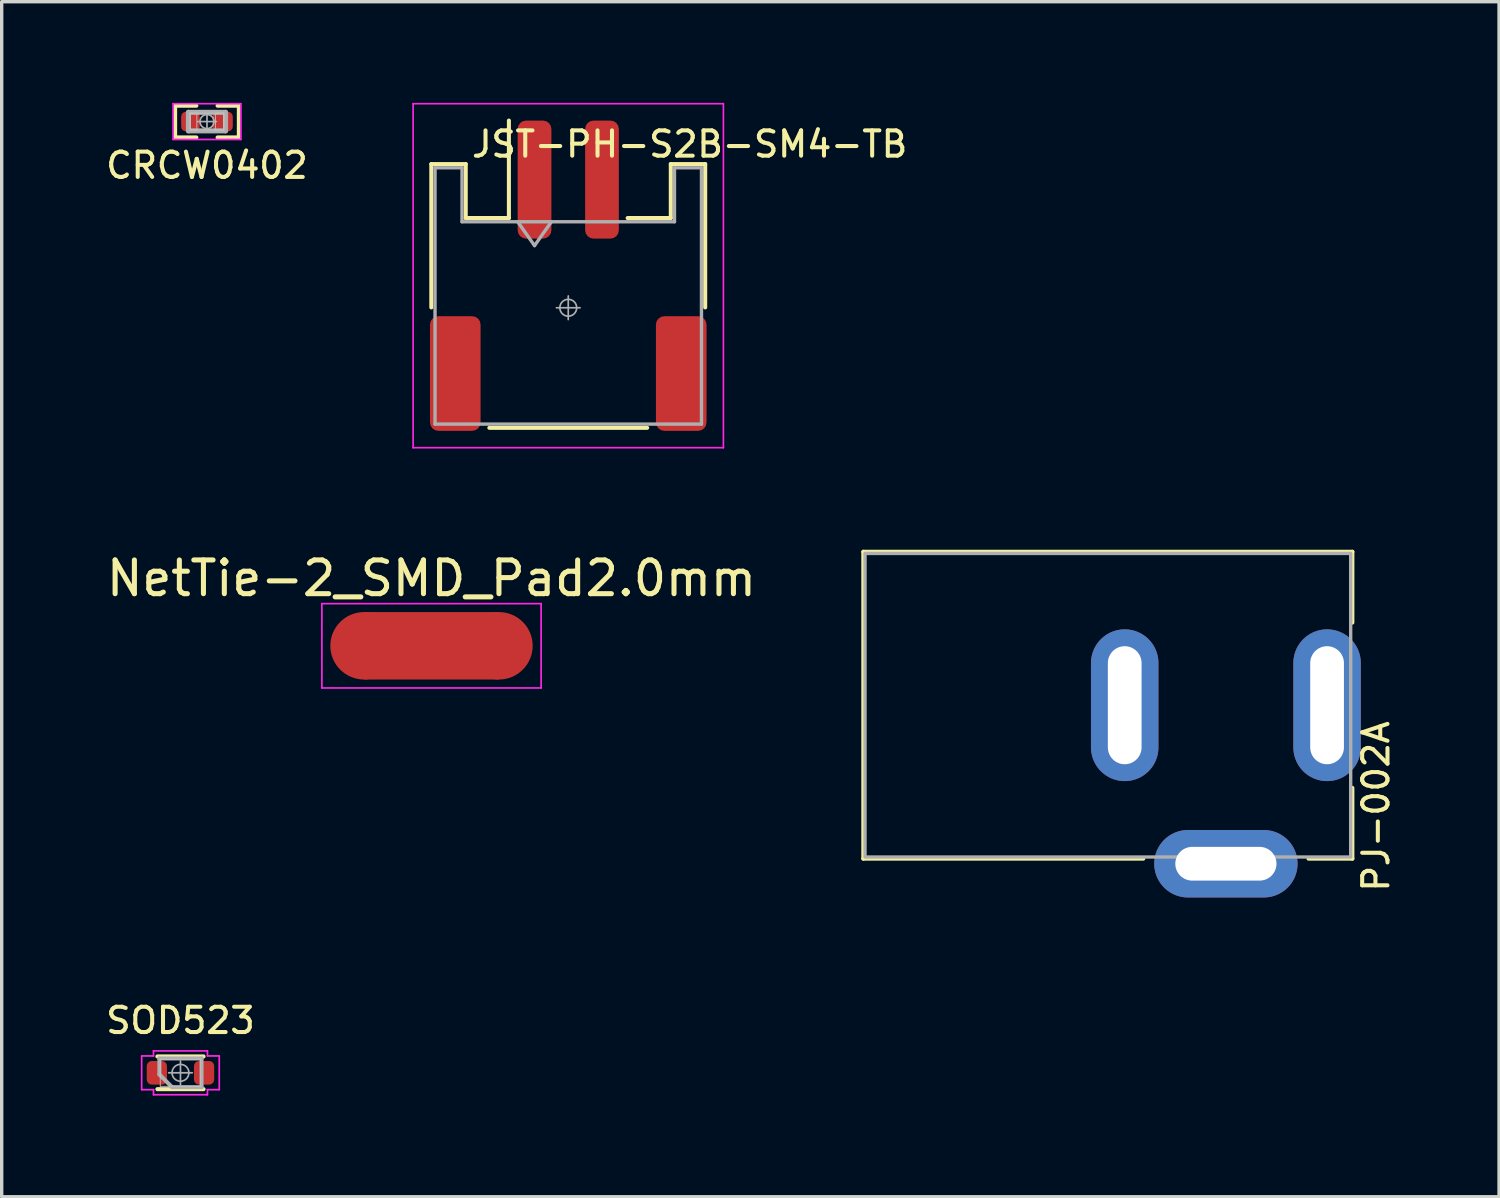
<source format=kicad_pcb>
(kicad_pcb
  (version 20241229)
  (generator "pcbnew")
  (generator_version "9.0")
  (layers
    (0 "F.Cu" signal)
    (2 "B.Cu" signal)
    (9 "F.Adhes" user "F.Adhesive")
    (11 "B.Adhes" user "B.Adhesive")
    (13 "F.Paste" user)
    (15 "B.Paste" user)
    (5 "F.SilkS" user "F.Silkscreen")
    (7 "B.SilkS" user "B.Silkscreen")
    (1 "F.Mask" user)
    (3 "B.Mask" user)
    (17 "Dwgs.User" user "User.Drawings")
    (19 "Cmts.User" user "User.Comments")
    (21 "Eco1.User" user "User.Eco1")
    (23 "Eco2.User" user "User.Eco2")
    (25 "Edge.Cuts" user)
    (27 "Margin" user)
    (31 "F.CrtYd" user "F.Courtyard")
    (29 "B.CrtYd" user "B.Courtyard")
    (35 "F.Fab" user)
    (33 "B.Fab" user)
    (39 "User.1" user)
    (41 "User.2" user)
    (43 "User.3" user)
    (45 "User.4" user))
  (footprint "NetTie-2_SMD_Pad2.0mm"
    (layer "F.Cu")
    (at 9.744 16.098)
    (property "Reference" "NetTie-2_SMD_Pad2.0mm" (at 0 -2 180) (layer "F.SilkS") (effects (font (size 1 1) (thickness 0.15))))
    (attr exclude_from_pos_files)
    (fp_poly (pts (xy -2 -1) (xy 2 -1) (xy 2 1) (xy -2 1)) (stroke (width 0) (type solid)) (fill yes) (layer "F.Cu"))
    (fp_line (start -3.25 -1.25) (end 3.25 -1.25) (stroke (width 0.05) (type solid)) (layer "F.CrtYd"))
    (fp_line (start -3.25 1.25) (end -3.25 -1.25) (stroke (width 0.05) (type solid)) (layer "F.CrtYd"))
    (fp_line (start 3.25 -1.25) (end 3.25 1.25) (stroke (width 0.05) (type solid)) (layer "F.CrtYd"))
    (fp_line (start 3.25 1.25) (end -3.25 1.25) (stroke (width 0.05) (type solid)) (layer "F.CrtYd"))
    (pad "1" smd circle (at -2 0) (size 2 2) (layers "F.Cu"))
    (pad "2" smd circle (at 2 0) (size 2 2) (layers "F.Cu")))
  (footprint "CRCW0402"
    (layer "F.Cu")
    (at 3.087 0.555)
    (property "Reference" "CRCW0402" (at 0 1.3 0) (layer "F.SilkS") (effects (font (size 0.75 0.75) (thickness 0.12))))
    (attr smd)
    (fp_line (start -0.945 -0.47) (end -0.315 -0.47) (stroke (width 0.12) (type solid)) (layer "F.SilkS"))
    (fp_line (start -0.945 0.47) (end -0.945 -0.47) (stroke (width 0.12) (type solid)) (layer "F.SilkS"))
    (fp_line (start -0.315 0.47) (end -0.945 0.47) (stroke (width 0.12) (type solid)) (layer "F.SilkS"))
    (fp_line (start 0.315 0.47) (end 0.945 0.47) (stroke (width 0.12) (type solid)) (layer "F.SilkS"))
    (fp_line (start 0.945 -0.47) (end 0.315 -0.47) (stroke (width 0.12) (type solid)) (layer "F.SilkS"))
    (fp_line (start 0.945 0.47) (end 0.945 -0.47) (stroke (width 0.12) (type solid)) (layer "F.SilkS"))
    (fp_line (start -0.5 -0.25) (end -0.3 -0.25) (stroke (width 0.025) (type solid)) (layer "Dwgs.User"))
    (fp_line (start -0.5 -0.25) (end 0.5 -0.25) (stroke (width 0.025) (type solid)) (layer "Dwgs.User"))
    (fp_line (start -0.5 0.25) (end -0.5 -0.25) (stroke (width 0.025) (type solid)) (layer "Dwgs.User"))
    (fp_line (start -0.5 0.25) (end -0.5 -0.25) (stroke (width 0.025) (type solid)) (layer "Dwgs.User"))
    (fp_line (start -0.3 -0.25) (end -0.3 0.25) (stroke (width 0.025) (type solid)) (layer "Dwgs.User"))
    (fp_line (start -0.3 0.25) (end -0.5 0.25) (stroke (width 0.025) (type solid)) (layer "Dwgs.User"))
    (fp_line (start 0.25 -0.25) (end 0.5 -0.25) (stroke (width 0.025) (type solid)) (layer "Dwgs.User"))
    (fp_line (start 0.25 0.25) (end 0.25 -0.25) (stroke (width 0.025) (type solid)) (layer "Dwgs.User"))
    (fp_line (start 0.5 -0.25) (end 0.5 0.25) (stroke (width 0.025) (type solid)) (layer "Dwgs.User"))
    (fp_line (start 0.5 -0.25) (end 0.5 0.25) (stroke (width 0.025) (type solid)) (layer "Dwgs.User"))
    (fp_line (start 0.5 0.25) (end -0.5 0.25) (stroke (width 0.025) (type solid)) (layer "Dwgs.User"))
    (fp_line (start 0.5 0.25) (end 0.25 0.25) (stroke (width 0.025) (type solid)) (layer "Dwgs.User"))
    (fp_line (start -1.005 -0.53) (end 1.005 -0.53) (stroke (width 0.05) (type solid)) (layer "F.CrtYd"))
    (fp_line (start -1.005 0.53) (end -1.005 -0.53) (stroke (width 0.05) (type solid)) (layer "F.CrtYd"))
    (fp_line (start 1.005 -0.53) (end 1.005 0.53) (stroke (width 0.05) (type solid)) (layer "F.CrtYd"))
    (fp_line (start 1.005 0.53) (end -1.005 0.53) (stroke (width 0.05) (type solid)) (layer "F.CrtYd"))
    (fp_line (start -0.55 -0.275) (end 0.55 -0.275) (stroke (width 0.15) (type solid)) (layer "F.Fab"))
    (fp_line (start -0.55 0.275) (end -0.55 -0.275) (stroke (width 0.15) (type solid)) (layer "F.Fab"))
    (fp_line (start 0 -0.278) (end 0 0.278) (stroke (width 0.05) (type solid)) (layer "F.Fab"))
    (fp_line (start 0.278 0) (end -0.278 0) (stroke (width 0.05) (type solid)) (layer "F.Fab"))
    (fp_line (start 0.55 -0.275) (end 0.55 0.275) (stroke (width 0.15) (type solid)) (layer "F.Fab"))
    (fp_line (start 0.55 0.275) (end -0.55 0.275) (stroke (width 0.15) (type solid)) (layer "F.Fab"))
    (fp_circle (center 0 0) (end 0.208 0) (stroke (width 0.05) (type solid)) (fill no) (layer "F.Fab"))
    (pad "1" smd roundrect (at -0.49 0) (size 0.55 0.58) (layers "F.Cu" "F.Mask" "F.Paste") (roundrect_rratio 0.25))
    (pad "2" smd roundrect (at 0.465 0) (size 0.6 0.58) (layers "F.Cu" "F.Mask" "F.Paste") (roundrect_rratio 0.25)))
  (footprint "SOD523"
    (layer "F.Cu")
    (at 2.301 28.759)
    (property "Reference" "SOD523" (at 0 -1.55 0) (layer "F.SilkS") (effects (font (size 0.75 0.75) (thickness 0.12))))
    (attr smd)
    (fp_line (start 0.685 -0.485) (end -0.685 -0.485) (stroke (width 0.12) (type solid)) (layer "F.SilkS"))
    (fp_line (start 0.685 0.485) (end -0.685 0.485) (stroke (width 0.12) (type solid)) (layer "F.SilkS"))
    (fp_line (start -0.6 -0.4) (end 0.6 -0.4) (stroke (width 0.025) (type solid)) (layer "Dwgs.User"))
    (fp_line (start -0.6 0.4) (end -0.6 -0.4) (stroke (width 0.025) (type solid)) (layer "Dwgs.User"))
    (fp_line (start 0.6 -0.4) (end 0.6 0.4) (stroke (width 0.025) (type solid)) (layer "Dwgs.User"))
    (fp_line (start 0.6 0.4) (end -0.6 0.4) (stroke (width 0.025) (type solid)) (layer "Dwgs.User"))
    (fp_line (start -1.15 -0.5) (end -1.15 0.5) (stroke (width 0.05) (type solid)) (layer "F.CrtYd"))
    (fp_line (start -1.15 -0.5) (end -0.8 -0.5) (stroke (width 0.05) (type solid)) (layer "F.CrtYd"))
    (fp_line (start -1.15 0.5) (end -0.8 0.5) (stroke (width 0.05) (type solid)) (layer "F.CrtYd"))
    (fp_line (start -0.8 -0.65) (end -0.8 -0.5) (stroke (width 0.05) (type solid)) (layer "F.CrtYd"))
    (fp_line (start -0.8 0.5) (end -0.8 0.65) (stroke (width 0.05) (type solid)) (layer "F.CrtYd"))
    (fp_line (start -0.8 0.65) (end 0.8 0.65) (stroke (width 0.05) (type solid)) (layer "F.CrtYd"))
    (fp_line (start 0.8 -0.65) (end -0.8 -0.65) (stroke (width 0.05) (type solid)) (layer "F.CrtYd"))
    (fp_line (start 0.8 -0.5) (end 0.8 -0.65) (stroke (width 0.05) (type solid)) (layer "F.CrtYd"))
    (fp_line (start 0.8 0.65) (end 0.8 0.5) (stroke (width 0.05) (type solid)) (layer "F.CrtYd"))
    (fp_line (start 1.15 -0.5) (end 0.8 -0.5) (stroke (width 0.05) (type solid)) (layer "F.CrtYd"))
    (fp_line (start 1.15 -0.5) (end 1.15 0.5) (stroke (width 0.05) (type solid)) (layer "F.CrtYd"))
    (fp_line (start 1.15 0.5) (end 0.8 0.5) (stroke (width 0.05) (type solid)) (layer "F.CrtYd"))
    (fp_line (start -0.625 -0.425) (end -0.625 0.05) (stroke (width 0.12) (type solid)) (layer "F.Fab"))
    (fp_line (start -0.625 0.05) (end -0.25 0.425) (stroke (width 0.12) (type solid)) (layer "F.Fab"))
    (fp_line (start -0.25 0.425) (end 0.625 0.425) (stroke (width 0.12) (type solid)) (layer "F.Fab"))
    (fp_line (start 0 -0.35) (end 0 0.35) (stroke (width 0.05) (type solid)) (layer "F.Fab"))
    (fp_line (start 0.35 0) (end -0.35 0) (stroke (width 0.05) (type solid)) (layer "F.Fab"))
    (fp_line (start 0.625 -0.425) (end -0.625 -0.425) (stroke (width 0.12) (type solid)) (layer "F.Fab"))
    (fp_line (start 0.625 0.425) (end 0.625 -0.425) (stroke (width 0.12) (type solid)) (layer "F.Fab"))
    (fp_circle (center 0 0) (end 0.25 0) (stroke (width 0.05) (type solid)) (fill no) (layer "F.Fab"))
    (pad "1" smd roundrect (at -0.7 0) (size 0.6 0.7) (layers "F.Cu" "F.Mask" "F.Paste") (roundrect_rratio 0.25))
    (pad "2" smd roundrect (at 0.7 0) (size 0.6 0.7) (layers "F.Cu" "F.Mask" "F.Paste") (roundrect_rratio 0.25)))
  (footprint "PJ-002A"
    (layer "F.Cu")
    (at 33.298 17.86)
    (property "Reference" "PJ-002A" (at 4.45 3 90) (unlocked yes) (layer "F.SilkS") (effects (font (size 0.75 0.75) (thickness 0.12))))
    (attr through_hole)
    (fp_line (start -10.75 -4.55) (end -10.75 4.55) (stroke (width 0.12) (type default)) (layer "F.SilkS"))
    (fp_line (start -10.75 4.55) (end -2.45 4.55) (stroke (width 0.12) (type default)) (layer "F.SilkS"))
    (fp_line (start 2.45 4.55) (end 3.75 4.55) (stroke (width 0.12) (type default)) (layer "F.SilkS"))
    (fp_line (start 3.75 -4.55) (end -10.75 -4.55) (stroke (width 0.12) (type default)) (layer "F.SilkS"))
    (fp_line (start 3.75 -2.45) (end 3.75 -4.55) (stroke (width 0.12) (type default)) (layer "F.SilkS"))
    (fp_line (start 3.75 4.55) (end 3.75 2.45) (stroke (width 0.12) (type default)) (layer "F.SilkS"))
    (fp_rect (start -10.7 -4.5) (end 3.7 4.5) (stroke (width 0.1) (type default)) (fill no) (layer "F.Fab"))
    (pad "1" thru_hole oval (at 3 0) (size 2 4.5) (drill oval 1 3.5) (layers "*.Cu" "*.Mask"))
    (pad "2" thru_hole oval (at -3 0) (size 2 4.5) (drill oval 1 3.5) (layers "*.Cu" "*.Mask"))
    (pad "3" thru_hole oval (at 0 4.7 90) (size 2 4.25) (drill oval 1 3) (layers "*.Cu" "*.Mask")))
  (footprint "JST-PH-S2B-SM4-TB"
    (layer "F.Cu")
    (at 13.799 6.075)
    (property "Reference" "JST-PH-S2B-SM4-TB" (at 3.6 -4.85 0) (unlocked yes) (layer "F.SilkS") (effects (font (size 0.75 0.75) (thickness 0.12))))
    (attr smd)
    (fp_line (start -4.06 -4.26) (end -3.04 -4.26) (stroke (width 0.12) (type solid)) (layer "F.SilkS"))
    (fp_line (start -4.06 -0.01) (end -4.06 -4.26) (stroke (width 0.12) (type solid)) (layer "F.SilkS"))
    (fp_line (start -3.04 -4.26) (end -3.04 -2.66) (stroke (width 0.12) (type solid)) (layer "F.SilkS"))
    (fp_line (start -3.04 -2.66) (end -1.76 -2.66) (stroke (width 0.12) (type solid)) (layer "F.SilkS"))
    (fp_line (start -2.34 3.56) (end 2.34 3.56) (stroke (width 0.12) (type solid)) (layer "F.SilkS"))
    (fp_line (start -1.76 -2.66) (end -1.76 -5.55) (stroke (width 0.12) (type solid)) (layer "F.SilkS"))
    (fp_line (start 3.04 -4.26) (end 3.04 -2.66) (stroke (width 0.12) (type solid)) (layer "F.SilkS"))
    (fp_line (start 3.04 -2.66) (end 1.76 -2.66) (stroke (width 0.12) (type solid)) (layer "F.SilkS"))
    (fp_line (start 4.06 -4.26) (end 3.04 -4.26) (stroke (width 0.12) (type solid)) (layer "F.SilkS"))
    (fp_line (start 4.06 -0.01) (end 4.06 -4.26) (stroke (width 0.12) (type solid)) (layer "F.SilkS"))
    (fp_line (start -4.6 -6.05) (end -4.6 4.15) (stroke (width 0.05) (type solid)) (layer "F.CrtYd"))
    (fp_line (start -4.6 4.15) (end 4.6 4.15) (stroke (width 0.05) (type solid)) (layer "F.CrtYd"))
    (fp_line (start 4.6 -6.05) (end -4.6 -6.05) (stroke (width 0.05) (type solid)) (layer "F.CrtYd"))
    (fp_line (start 4.6 4.15) (end 4.6 -6.05) (stroke (width 0.05) (type solid)) (layer "F.CrtYd"))
    (fp_line (start -3.95 -4.15) (end -3.95 3.45) (stroke (width 0.1) (type solid)) (layer "F.Fab"))
    (fp_line (start -3.95 -4.15) (end -3.15 -4.15) (stroke (width 0.1) (type solid)) (layer "F.Fab"))
    (fp_line (start -3.95 3.45) (end 3.95 3.45) (stroke (width 0.1) (type solid)) (layer "F.Fab"))
    (fp_line (start -3.15 -4.15) (end -3.15 -2.55) (stroke (width 0.1) (type solid)) (layer "F.Fab"))
    (fp_line (start -3.15 -2.55) (end 3.15 -2.55) (stroke (width 0.1) (type solid)) (layer "F.Fab"))
    (fp_line (start -1.5 -2.55) (end -1 -1.843) (stroke (width 0.1) (type solid)) (layer "F.Fab"))
    (fp_line (start -1 -1.843) (end -0.5 -2.55) (stroke (width 0.1) (type solid)) (layer "F.Fab"))
    (fp_line (start -0.35 0) (end 0.35 0) (stroke (width 0.05) (type solid)) (layer "F.Fab"))
    (fp_line (start 0 -0.35) (end 0 0.35) (stroke (width 0.05) (type solid)) (layer "F.Fab"))
    (fp_line (start 3.15 -4.15) (end 3.95 -4.15) (stroke (width 0.1) (type solid)) (layer "F.Fab"))
    (fp_line (start 3.15 -2.55) (end 3.15 -4.15) (stroke (width 0.1) (type solid)) (layer "F.Fab"))
    (fp_line (start 3.95 -4.15) (end 3.95 3.45) (stroke (width 0.1) (type solid)) (layer "F.Fab"))
    (fp_circle (center 0 0) (end 0.25 0) (stroke (width 0.05) (type solid)) (fill no) (layer "F.Fab"))
    (pad "1" smd roundrect (at -1 -3.8) (size 1 3.5) (layers "F.Cu" "F.Mask" "F.Paste") (roundrect_rratio 0.25))
    (pad "2" smd roundrect (at 1 -3.8) (size 1 3.5) (layers "F.Cu" "F.Mask" "F.Paste") (roundrect_rratio 0.25))
    (pad "MP1" smd roundrect (at -3.35 1.95) (size 1.5 3.4) (layers "F.Cu" "F.Mask" "F.Paste") (roundrect_rratio 0.167))
    (pad "MP2" smd roundrect (at 3.35 1.95) (size 1.5 3.4) (layers "F.Cu" "F.Mask" "F.Paste") (roundrect_rratio 0.167)))
  (gr_rect
    (start -3 -3)
    (end 41.397 32.434)
    (stroke (width 0.1) (type default))
    (fill no)
    (layer "Edge.Cuts")))
</source>
